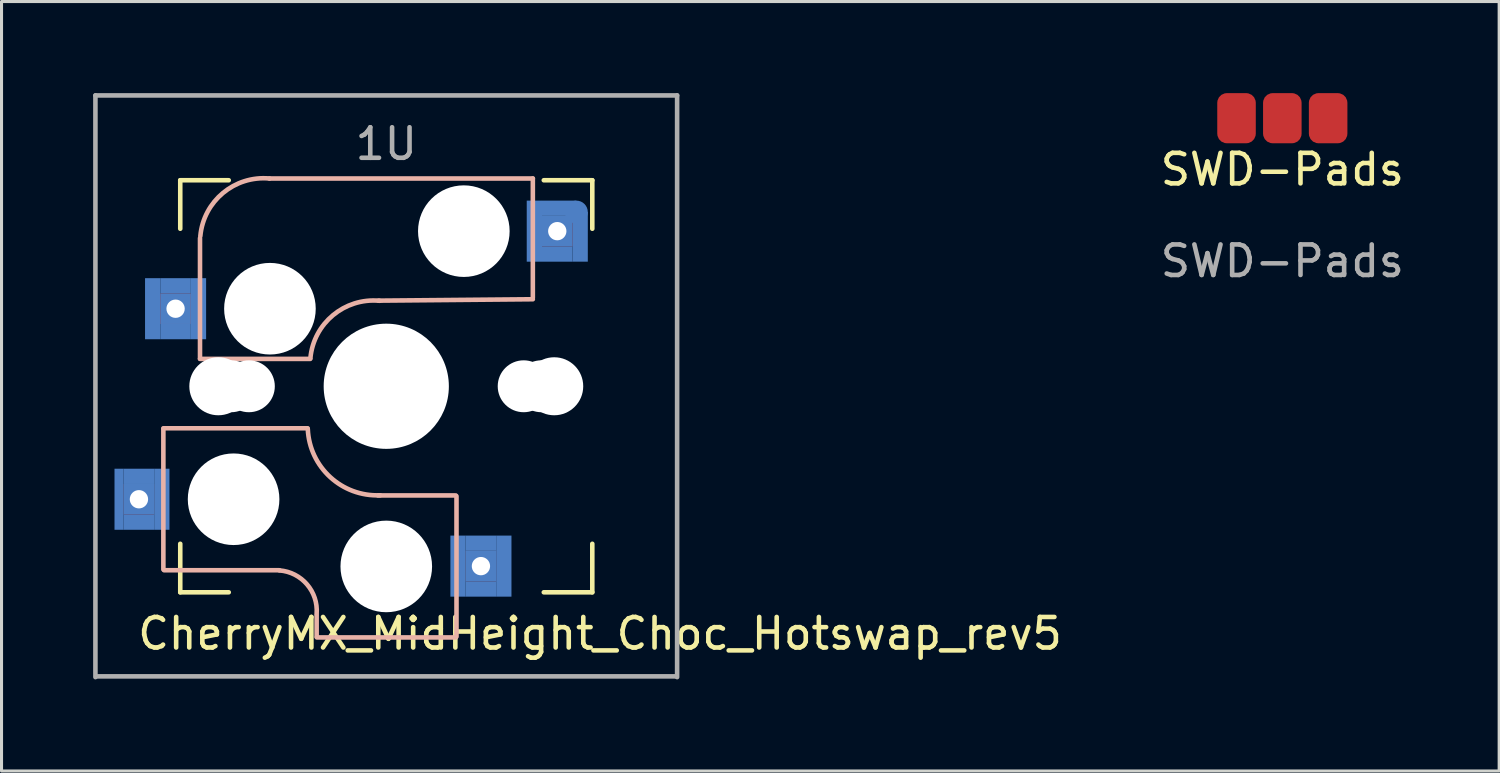
<source format=kicad_pcb>
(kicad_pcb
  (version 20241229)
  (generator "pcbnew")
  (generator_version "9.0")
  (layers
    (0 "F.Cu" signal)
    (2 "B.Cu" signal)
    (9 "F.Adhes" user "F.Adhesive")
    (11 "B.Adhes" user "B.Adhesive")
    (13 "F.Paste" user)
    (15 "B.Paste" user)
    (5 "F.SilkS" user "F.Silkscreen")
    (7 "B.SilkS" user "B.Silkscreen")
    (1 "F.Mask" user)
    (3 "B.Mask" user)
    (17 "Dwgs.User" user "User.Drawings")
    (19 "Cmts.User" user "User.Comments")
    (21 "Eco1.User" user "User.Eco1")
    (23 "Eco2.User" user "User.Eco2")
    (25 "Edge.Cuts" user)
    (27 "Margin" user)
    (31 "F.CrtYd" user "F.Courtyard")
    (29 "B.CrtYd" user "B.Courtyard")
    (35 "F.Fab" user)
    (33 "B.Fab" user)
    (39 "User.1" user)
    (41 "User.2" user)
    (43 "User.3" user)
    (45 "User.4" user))
  (footprint "SWD-Pads"
    (layer "F.Cu")
    (at 38.945 3)
    (property "Reference" "SWD-Pads" (at 0 -0.5 0) (unlocked yes) (layer "F.SilkS") (effects (font (size 1 1) (thickness 0.15))))
    (attr smd)
    (fp_text user "${REFERENCE}" (at 0 2.5 0) (unlocked yes) (layer "F.Fab") (effects (font (size 1 1) (thickness 0.15))))
    (pad "1" smd roundrect (at -1.5 -2.179 270) (size 1.643 1.262) (layers "F.Cu" "F.Mask" "F.Paste") (roundrect_rratio 0.25))
    (pad "2" smd roundrect (at 0 -2.179 270) (size 1.643 1.262) (layers "F.Cu" "F.Mask" "F.Paste") (roundrect_rratio 0.25))
    (pad "3" smd roundrect (at 1.5 -2.179 270) (size 1.643 1.262) (layers "F.Cu" "F.Mask" "F.Paste") (roundrect_rratio 0.25)))
  (footprint "CherryMX_MidHeight_Choc_Hotswap_rev5"
    (layer "F.Cu")
    (at 9.6 9.6)
    (property "Reference" "CherryMX_MidHeight_Choc_Hotswap_rev5" (at 7 8.1 0) (layer "F.SilkS") (effects (font (size 1 1) (thickness 0.15))))
    (attr through_hole)
    (fp_line (start -6.747 -6.747) (end -5.159 -6.747) (stroke (width 0.15) (type solid)) (layer "F.SilkS"))
    (fp_line (start -6.747 -5.159) (end -6.747 -6.747) (stroke (width 0.15) (type solid)) (layer "F.SilkS"))
    (fp_line (start -6.747 6.747) (end -6.747 5.159) (stroke (width 0.15) (type solid)) (layer "F.SilkS"))
    (fp_line (start -5.159 6.747) (end -6.747 6.747) (stroke (width 0.15) (type solid)) (layer "F.SilkS"))
    (fp_line (start 5.159 -6.747) (end 6.747 -6.747) (stroke (width 0.15) (type solid)) (layer "F.SilkS"))
    (fp_line (start 6.747 -6.747) (end 6.747 -5.159) (stroke (width 0.15) (type solid)) (layer "F.SilkS"))
    (fp_line (start 6.747 5.159) (end 6.747 6.747) (stroke (width 0.15) (type solid)) (layer "F.SilkS"))
    (fp_line (start 6.747 6.747) (end 5.159 6.747) (stroke (width 0.15) (type solid)) (layer "F.SilkS"))
    (fp_line (start -7.3 1.4) (end -7.3 6) (stroke (width 0.15) (type solid)) (layer "B.SilkS"))
    (fp_line (start -6.1 -4.85) (end -6.1 -0.905) (stroke (width 0.15) (type solid)) (layer "B.SilkS"))
    (fp_line (start -6.1 -0.896) (end -2.49 -0.896) (stroke (width 0.15) (type solid)) (layer "B.SilkS"))
    (fp_line (start -3.5 6.025) (end -7.275 6.025) (stroke (width 0.15) (type solid)) (layer "B.SilkS"))
    (fp_line (start -2.575 1.375) (end -7.3 1.375) (stroke (width 0.15) (type solid)) (layer "B.SilkS"))
    (fp_line (start -2.28 7.5) (end -2.28 8.2) (stroke (width 0.15) (type solid)) (layer "B.SilkS"))
    (fp_line (start 2.275 3.575) (end -0.275 3.575) (stroke (width 0.15) (type solid)) (layer "B.SilkS"))
    (fp_line (start 2.275 8.225) (end -2.275 8.225) (stroke (width 0.15) (type solid)) (layer "B.SilkS"))
    (fp_line (start 2.3 3.6) (end 2.3 8.2) (stroke (width 0.15) (type solid)) (layer "B.SilkS"))
    (fp_line (start 4.8 -6.804) (end -3.825 -6.804) (stroke (width 0.15) (type solid)) (layer "B.SilkS"))
    (fp_line (start 4.8 -2.896) (end 4.8 -6.804) (stroke (width 0.15) (type solid)) (layer "B.SilkS"))
    (fp_line (start 4.8 -2.85) (end -0.25 -2.804) (stroke (width 0.15) (type solid)) (layer "B.SilkS"))
    (fp_arc (start -6.089 -4.92) (mid -5.347189 -6.33089) (end -3.825 -6.804) (stroke (width 0.15) (type solid)) (layer "B.SilkS"))
    (fp_arc (start -3.5 6.03) (mid -2.595908 6.48733) (end -2.28 7.45) (stroke (width 0.15) (type solid)) (layer "B.SilkS"))
    (fp_arc (start -2.485 -0.92) (mid -1.744361 -2.328061) (end -0.225 -2.8) (stroke (width 0.15) (type solid)) (layer "B.SilkS"))
    (fp_arc (start -0.2 3.57) (mid -1.834422 2.975843) (end -2.57 1.4) (stroke (width 0.15) (type solid)) (layer "B.SilkS"))
    (fp_line (start -9.525 -9.525) (end 9.525 -9.525) (stroke (width 0.15) (type solid)) (layer "F.Fab"))
    (fp_line (start -9.525 9.525) (end -9.525 -9.525) (stroke (width 0.15) (type solid)) (layer "F.Fab"))
    (fp_line (start 9.5 9.5) (end -9.5 9.5) (stroke (width 0.15) (type solid)) (layer "F.Fab"))
    (fp_line (start 9.525 -9.525) (end 9.525 9.525) (stroke (width 0.15) (type solid)) (layer "F.Fab"))
    (fp_text user "1U" (at 0 -7.938 0) (layer "F.Fab") (effects (font (size 1 1) (thickness 0.15))))
    (pad "" np_thru_hole circle (at -5.5 0 90) (size 1.9 1.9) (drill 1.9) (layers "*.Cu" "*.Mask"))
    (pad "" np_thru_hole circle (at -5.08 0) (size 1.7 1.7) (drill 1.7) (layers "*.Cu" "*.Mask"))
    (pad "" np_thru_hole circle (at -5 3.7 90) (size 3 3) (drill 3) (layers "*.Cu" "*.Mask"))
    (pad "" np_thru_hole circle (at -4.5 0) (size 1.7 1.7) (drill 1.7) (layers "*.Cu" "*.Mask"))
    (pad "" np_thru_hole circle (at -3.81 -2.54 180) (size 3 3) (drill 3) (layers "*.Cu" "*.Mask"))
    (pad "" np_thru_hole circle (at 0 0 90) (size 4.1 4.1) (drill 4.1) (layers "*.Cu" "*.Mask"))
    (pad "" np_thru_hole circle (at 0 5.9 90) (size 3 3) (drill 3) (layers "*.Cu" "*.Mask"))
    (pad "" np_thru_hole circle (at 2.54 -5.08 180) (size 3 3) (drill 3) (layers "*.Cu" "*.Mask"))
    (pad "" np_thru_hole circle (at 4.5 0) (size 1.7 1.7) (drill 1.7) (layers "*.Cu" "*.Mask"))
    (pad "" np_thru_hole circle (at 5.08 0) (size 1.7 1.7) (drill 1.7) (layers "*.Cu" "*.Mask"))
    (pad "" np_thru_hole circle (at 5.5 0 90) (size 1.9 1.9) (drill 1.9) (layers "*.Cu" "*.Mask"))
    (pad "1" smd rect (at -8.75 3.7 180) (size 0.3 2) (layers "B.Cu" "B.Mask" "B.Paste"))
    (pad "1" smd rect (at -8.1 2.95 180) (size 1 0.5) (layers "B.Cu" "B.Mask" "B.Paste"))
    (pad "1" thru_hole rect (at -8.1 3.7) (size 1 1) (drill 0.6) (layers "*.Cu" "B.Mask"))
    (pad "1" smd rect (at -8.1 4.45 180) (size 1 0.5) (layers "B.Cu" "B.Mask" "B.Paste"))
    (pad "1" smd rect (at -7.65 -2.54 180) (size 0.5 2) (layers "B.Cu" "B.Mask" "B.Paste"))
    (pad "1" smd rect (at -7.35 3.7 180) (size 0.5 2) (layers "B.Cu" "B.Mask" "B.Paste"))
    (pad "1" smd rect (at -6.9 -3.29 180) (size 1 0.5) (layers "B.Cu" "B.Mask" "B.Paste"))
    (pad "1" thru_hole rect (at -6.9 -2.54) (size 1 1) (drill 0.6) (layers "*.Cu" "B.Mask"))
    (pad "1" smd rect (at -6.9 -1.79 180) (size 1 0.5) (layers "B.Cu" "B.Mask" "B.Paste"))
    (pad "1" smd rect (at -6.15 -2.54 180) (size 0.5 2) (layers "B.Cu" "B.Mask" "B.Paste"))
    (pad "2" smd rect (at 2.35 5.89 180) (size 0.5 2) (layers "B.Cu" "B.Mask" "B.Paste"))
    (pad "2" smd rect (at 3.1 5.14 180) (size 1 0.5) (layers "B.Cu" "B.Mask" "B.Paste"))
    (pad "2" thru_hole rect (at 3.1 5.89) (size 1 1) (drill 0.6) (layers "*.Cu" "B.Mask"))
    (pad "2" smd rect (at 3.1 6.64 180) (size 1 0.5) (layers "B.Cu" "B.Mask" "B.Paste"))
    (pad "2" smd rect (at 3.85 5.89 180) (size 0.5 2) (layers "B.Cu" "B.Mask" "B.Paste"))
    (pad "2" smd rect (at 4.85 -5.08 180) (size 0.5 2) (layers "B.Cu" "B.Mask" "B.Paste"))
    (pad "2" thru_hole rect (at 5.6 -5.08) (size 1 1) (drill 0.6) (layers "*.Cu" "B.Mask"))
    (pad "2" smd rect (at 5.6 -4.33 180) (size 1 0.5) (layers "B.Cu" "B.Mask" "B.Paste"))
    (pad "2" smd rect (at 5.661 -5.83 180) (size 1.125 0.5) (layers "B.Cu" "B.Mask" "B.Paste"))
    (pad "2" smd circle (at 6.225 -5.705 180) (size 0.75 0.75) (layers "B.Cu" "B.Mask" "B.Paste"))
    (pad "2" smd rect (at 6.35 -4.893 180) (size 0.5 1.625) (layers "B.Cu" "B.Mask" "B.Paste")))
  (gr_rect
    (start -3 -3)
    (end 46.046 22.2)
    (stroke (width 0.1) (type default))
    (fill no)
    (layer "Edge.Cuts")))
</source>
